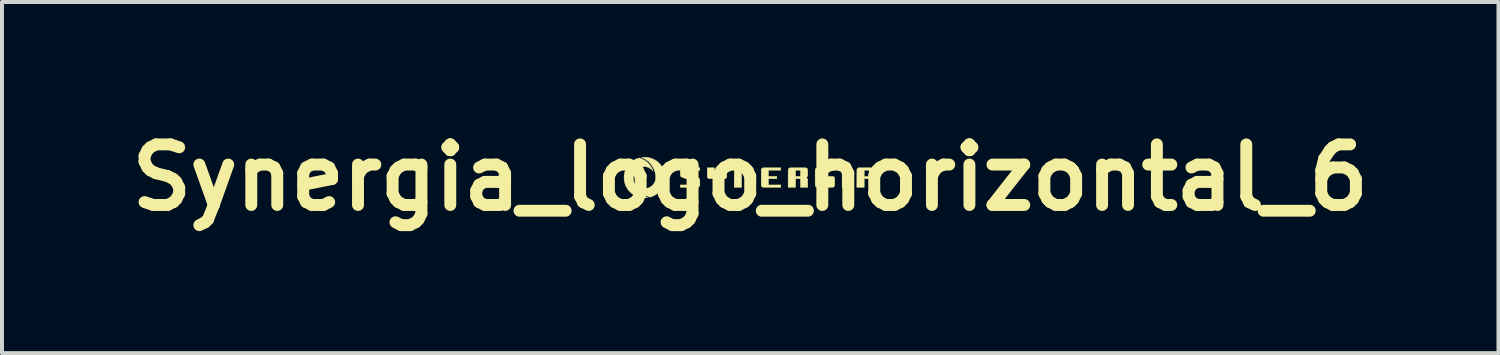
<source format=kicad_pcb>
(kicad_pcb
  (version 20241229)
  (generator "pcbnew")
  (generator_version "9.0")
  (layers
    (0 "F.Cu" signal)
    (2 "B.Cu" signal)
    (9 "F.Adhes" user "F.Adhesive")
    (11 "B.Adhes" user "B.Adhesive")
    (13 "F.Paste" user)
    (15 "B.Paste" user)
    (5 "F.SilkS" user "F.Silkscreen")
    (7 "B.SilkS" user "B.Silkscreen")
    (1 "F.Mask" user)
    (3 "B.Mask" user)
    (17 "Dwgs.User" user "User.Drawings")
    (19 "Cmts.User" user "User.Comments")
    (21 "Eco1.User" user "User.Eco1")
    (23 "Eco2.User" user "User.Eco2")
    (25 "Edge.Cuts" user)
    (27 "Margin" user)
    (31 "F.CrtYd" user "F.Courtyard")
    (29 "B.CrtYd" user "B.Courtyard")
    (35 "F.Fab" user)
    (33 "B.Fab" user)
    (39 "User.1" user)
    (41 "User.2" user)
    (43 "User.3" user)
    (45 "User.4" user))
  (footprint "Synergia_logo_horizontal_6"
    (layer "F.Cu")
    (at 15.828 1.418)
    (property "Reference" "Synergia_logo_horizontal_6" (at 0 0 0) (layer "F.SilkS") (effects (font (size 1.524 1.524) (thickness 0.3))))
    (attr through_hole)
    (fp_poly (pts (xy 2.497 0.246) (xy 2.312 0.246) (xy 2.312 0.021) (xy 2.313 -0.205) (xy 2.321 -0.217) (xy 2.33 -0.229) (xy 2.341 -0.237) (xy 2.353 -0.245) (xy 2.425 -0.246) (xy 2.497 -0.247) (xy 2.497 0.246)) (stroke (width 0.01) (type solid)) (fill yes) (layer "F.SilkS"))
    (fp_poly (pts (xy -0.897 -0.03) (xy -0.775 -0.03) (xy -0.775 -0.246) (xy -0.589 -0.246) (xy -0.591 -0.011) (xy -0.598 0.001) (xy -0.608 0.013) (xy -0.618 0.022) (xy -0.631 0.029) (xy -0.686 0.03) (xy -0.742 0.031) (xy -0.742 0.246) (xy -0.93 0.246) (xy -0.93 0.031) (xy -0.985 0.03) (xy -1.041 0.029) (xy -1.053 0.022) (xy -1.065 0.012) (xy -1.073 0.001) (xy -1.081 -0.011) (xy -1.082 -0.246) (xy -0.897 -0.246) (xy -0.897 -0.03)) (stroke (width 0.01) (type solid)) (fill yes) (layer "F.SilkS"))
    (fp_poly (pts (xy 3.146 -0.237) (xy 3.158 -0.228) (xy 3.166 -0.217) (xy 3.174 -0.205) (xy 3.175 0.021) (xy 3.175 0.246) (xy 2.99 0.246) (xy 2.99 0.03) (xy 2.868 0.03) (xy 2.868 0.246) (xy 2.682 0.246) (xy 2.683 0.019) (xy 2.684 -0.185) (xy 2.868 -0.185) (xy 2.868 -0.03) (xy 2.99 -0.03) (xy 2.99 -0.185) (xy 2.868 -0.185) (xy 2.684 -0.185) (xy 2.684 -0.208) (xy 2.691 -0.219) (xy 2.699 -0.227) (xy 2.707 -0.235) (xy 2.71 -0.237) (xy 2.721 -0.245) (xy 3.134 -0.245) (xy 3.146 -0.237)) (stroke (width 0.01) (type solid)) (fill yes) (layer "F.SilkS"))
    (fp_poly (pts (xy -0.153 -0.246) (xy 0.05 -0.245) (xy 0.061 -0.237) (xy 0.075 -0.225) (xy 0.084 -0.21) (xy 0.089 -0.196) (xy 0.089 -0.191) (xy 0.09 -0.181) (xy 0.09 -0.166) (xy 0.091 -0.147) (xy 0.091 -0.123) (xy 0.091 -0.096) (xy 0.091 -0.065) (xy 0.091 -0.03) (xy 0.091 0.008) (xy 0.091 0.032) (xy 0.091 0.246) (xy -0.097 0.246) (xy -0.097 -0.185) (xy -0.218 -0.185) (xy -0.218 0.246) (xy -0.404 0.246) (xy -0.404 0.025) (xy -0.404 -0.016) (xy -0.404 -0.052) (xy -0.404 -0.083) (xy -0.403 -0.11) (xy -0.403 -0.133) (xy -0.403 -0.152) (xy -0.403 -0.168) (xy -0.402 -0.181) (xy -0.402 -0.191) (xy -0.402 -0.198) (xy -0.401 -0.203) (xy -0.4 -0.206) (xy -0.4 -0.206) (xy -0.392 -0.221) (xy -0.381 -0.233) (xy -0.37 -0.24) (xy -0.357 -0.246) (xy -0.153 -0.246)) (stroke (width 0.01) (type solid)) (fill yes) (layer "F.SilkS"))
    (fp_poly (pts (xy 0.525 -0.246) (xy 0.546 -0.246) (xy 0.77 -0.246) (xy 0.77 -0.185) (xy 0.46 -0.185) (xy 0.46 -0.03) (xy 0.668 -0.03) (xy 0.668 0.03) (xy 0.46 0.03) (xy 0.46 0.185) (xy 0.77 0.185) (xy 0.77 0.246) (xy 0.546 0.246) (xy 0.506 0.246) (xy 0.471 0.246) (xy 0.441 0.246) (xy 0.415 0.246) (xy 0.393 0.246) (xy 0.374 0.246) (xy 0.358 0.246) (xy 0.346 0.245) (xy 0.335 0.245) (xy 0.327 0.245) (xy 0.322 0.244) (xy 0.317 0.244) (xy 0.314 0.243) (xy 0.312 0.242) (xy 0.301 0.235) (xy 0.29 0.225) (xy 0.281 0.212) (xy 0.281 0.212) (xy 0.276 0.202) (xy 0.276 -0.202) (xy 0.281 -0.212) (xy 0.287 -0.221) (xy 0.294 -0.229) (xy 0.295 -0.23) (xy 0.298 -0.233) (xy 0.3 -0.236) (xy 0.303 -0.238) (xy 0.306 -0.239) (xy 0.309 -0.241) (xy 0.314 -0.242) (xy 0.32 -0.243) (xy 0.328 -0.244) (xy 0.337 -0.245) (xy 0.349 -0.245) (xy 0.364 -0.246) (xy 0.381 -0.246) (xy 0.402 -0.246) (xy 0.427 -0.246) (xy 0.455 -0.246) (xy 0.488 -0.246) (xy 0.525 -0.246)) (stroke (width 0.01) (type solid)) (fill yes) (layer "F.SilkS"))
    (fp_poly (pts (xy -1.268 -0.185) (xy -1.575 -0.185) (xy -1.574 -0.137) (xy -1.574 -0.088) (xy -1.448 -0.042) (xy -1.423 -0.033) (xy -1.4 -0.024) (xy -1.378 -0.017) (xy -1.359 -0.009) (xy -1.341 -0.003) (xy -1.328 0.002) (xy -1.317 0.006) (xy -1.311 0.008) (xy -1.31 0.009) (xy -1.294 0.017) (xy -1.281 0.029) (xy -1.273 0.043) (xy -1.271 0.047) (xy -1.27 0.051) (xy -1.269 0.056) (xy -1.268 0.061) (xy -1.268 0.069) (xy -1.268 0.079) (xy -1.268 0.092) (xy -1.268 0.109) (xy -1.268 0.131) (xy -1.269 0.205) (xy -1.277 0.217) (xy -1.286 0.229) (xy -1.297 0.237) (xy -1.309 0.245) (xy -1.535 0.246) (xy -1.76 0.246) (xy -1.76 0.185) (xy -1.453 0.185) (xy -1.454 0.137) (xy -1.454 0.088) (xy -1.575 0.044) (xy -1.606 0.033) (xy -1.632 0.023) (xy -1.655 0.015) (xy -1.674 0.008) (xy -1.689 0.002) (xy -1.702 -0.003) (xy -1.712 -0.006) (xy -1.72 -0.01) (xy -1.726 -0.012) (xy -1.73 -0.015) (xy -1.734 -0.017) (xy -1.736 -0.019) (xy -1.739 -0.021) (xy -1.741 -0.023) (xy -1.742 -0.023) (xy -1.747 -0.028) (xy -1.751 -0.033) (xy -1.754 -0.038) (xy -1.756 -0.044) (xy -1.758 -0.051) (xy -1.759 -0.061) (xy -1.76 -0.073) (xy -1.76 -0.089) (xy -1.76 -0.108) (xy -1.76 -0.131) (xy -1.759 -0.208) (xy -1.751 -0.219) (xy -1.744 -0.227) (xy -1.736 -0.235) (xy -1.733 -0.237) (xy -1.722 -0.245) (xy -1.495 -0.246) (xy -1.268 -0.246) (xy -1.268 -0.185)) (stroke (width 0.01) (type solid)) (fill yes) (layer "F.SilkS"))
    (fp_poly (pts (xy -2.643 -0.51) (xy -2.626 -0.509) (xy -2.61 -0.509) (xy -2.596 -0.508) (xy -2.592 -0.507) (xy -2.542 -0.498) (xy -2.494 -0.485) (xy -2.448 -0.468) (xy -2.404 -0.446) (xy -2.363 -0.421) (xy -2.325 -0.391) (xy -2.289 -0.359) (xy -2.257 -0.323) (xy -2.228 -0.284) (xy -2.203 -0.243) (xy -2.182 -0.199) (xy -2.165 -0.153) (xy -2.153 -0.105) (xy -2.145 -0.055) (xy -2.144 -0.049) (xy -2.142 0.001) (xy -2.144 0.051) (xy -2.152 0.1) (xy -2.164 0.148) (xy -2.181 0.195) (xy -2.202 0.24) (xy -2.228 0.284) (xy -2.25 0.315) (xy -2.278 0.347) (xy -2.309 0.378) (xy -2.344 0.407) (xy -2.38 0.432) (xy -2.418 0.454) (xy -2.444 0.466) (xy -2.459 0.473) (xy -2.475 0.479) (xy -2.49 0.484) (xy -2.503 0.488) (xy -2.514 0.491) (xy -2.521 0.493) (xy -2.522 0.493) (xy -2.527 0.492) (xy -2.536 0.49) (xy -2.547 0.486) (xy -2.553 0.484) (xy -2.598 0.466) (xy -2.64 0.445) (xy -2.679 0.421) (xy -2.716 0.392) (xy -2.743 0.367) (xy -2.767 0.343) (xy -2.787 0.32) (xy -2.806 0.295) (xy -2.815 0.281) (xy -2.826 0.263) (xy -2.837 0.243) (xy -2.848 0.222) (xy -2.858 0.202) (xy -2.866 0.182) (xy -2.872 0.166) (xy -2.872 0.166) (xy -2.871 0.164) (xy -2.867 0.167) (xy -2.861 0.173) (xy -2.854 0.18) (xy -2.825 0.208) (xy -2.795 0.231) (xy -2.764 0.249) (xy -2.733 0.262) (xy -2.7 0.27) (xy -2.665 0.274) (xy -2.639 0.274) (xy -2.601 0.27) (xy -2.566 0.261) (xy -2.533 0.248) (xy -2.502 0.23) (xy -2.473 0.207) (xy -2.464 0.199) (xy -2.438 0.171) (xy -2.417 0.142) (xy -2.401 0.11) (xy -2.389 0.077) (xy -2.381 0.041) (xy -2.378 0.003) (xy -2.378 -0.02) (xy -2.383 -0.07) (xy -2.391 -0.117) (xy -2.404 -0.163) (xy -2.421 -0.208) (xy -2.436 -0.238) (xy -2.461 -0.282) (xy -2.49 -0.324) (xy -2.523 -0.363) (xy -2.559 -0.399) (xy -2.599 -0.431) (xy -2.64 -0.459) (xy -2.684 -0.483) (xy -2.716 -0.498) (xy -2.724 -0.501) (xy -2.728 -0.503) (xy -2.728 -0.505) (xy -2.725 -0.506) (xy -2.719 -0.508) (xy -2.708 -0.509) (xy -2.695 -0.509) (xy -2.679 -0.51) (xy -2.661 -0.51) (xy -2.643 -0.51)) (stroke (width 0.01) (type solid)) (fill yes) (layer "F.SilkS"))
    (fp_poly (pts (xy 1.885 -0.246) (xy 1.903 -0.246) (xy 2.126 -0.246) (xy 2.126 -0.185) (xy 1.819 -0.185) (xy 1.819 0.185) (xy 1.941 0.185) (xy 1.941 0.03) (xy 1.88 0.03) (xy 1.88 -0.03) (xy 1.979 -0.03) (xy 2.006 -0.03) (xy 2.028 -0.03) (xy 2.046 -0.03) (xy 2.061 -0.03) (xy 2.072 -0.029) (xy 2.081 -0.028) (xy 2.088 -0.026) (xy 2.094 -0.024) (xy 2.098 -0.021) (xy 2.103 -0.018) (xy 2.107 -0.014) (xy 2.109 -0.011) (xy 2.113 -0.007) (xy 2.117 -0.003) (xy 2.12 0.002) (xy 2.122 0.007) (xy 2.123 0.014) (xy 2.125 0.023) (xy 2.125 0.034) (xy 2.126 0.048) (xy 2.126 0.065) (xy 2.126 0.087) (xy 2.126 0.112) (xy 2.125 0.205) (xy 2.117 0.217) (xy 2.107 0.229) (xy 2.097 0.237) (xy 2.085 0.245) (xy 1.881 0.246) (xy 1.844 0.246) (xy 1.812 0.246) (xy 1.784 0.246) (xy 1.761 0.246) (xy 1.741 0.246) (xy 1.724 0.246) (xy 1.71 0.246) (xy 1.699 0.245) (xy 1.69 0.245) (xy 1.684 0.245) (xy 1.679 0.244) (xy 1.675 0.244) (xy 1.672 0.243) (xy 1.67 0.242) (xy 1.668 0.241) (xy 1.668 0.241) (xy 1.653 0.231) (xy 1.642 0.218) (xy 1.639 0.212) (xy 1.638 0.21) (xy 1.637 0.207) (xy 1.636 0.205) (xy 1.635 0.201) (xy 1.635 0.196) (xy 1.635 0.189) (xy 1.634 0.181) (xy 1.634 0.17) (xy 1.634 0.157) (xy 1.634 0.141) (xy 1.634 0.121) (xy 1.633 0.098) (xy 1.633 0.071) (xy 1.633 0.039) (xy 1.633 0.003) (xy 1.633 0) (xy 1.633 -0.037) (xy 1.633 -0.069) (xy 1.633 -0.096) (xy 1.633 -0.12) (xy 1.634 -0.139) (xy 1.634 -0.156) (xy 1.634 -0.169) (xy 1.634 -0.18) (xy 1.635 -0.189) (xy 1.635 -0.195) (xy 1.635 -0.2) (xy 1.636 -0.204) (xy 1.637 -0.207) (xy 1.638 -0.209) (xy 1.638 -0.212) (xy 1.639 -0.212) (xy 1.644 -0.221) (xy 1.651 -0.229) (xy 1.653 -0.231) (xy 1.656 -0.234) (xy 1.658 -0.236) (xy 1.661 -0.238) (xy 1.664 -0.24) (xy 1.668 -0.241) (xy 1.672 -0.242) (xy 1.678 -0.243) (xy 1.686 -0.244) (xy 1.696 -0.245) (xy 1.708 -0.245) (xy 1.723 -0.246) (xy 1.74 -0.246) (xy 1.761 -0.246) (xy 1.786 -0.246) (xy 1.814 -0.246) (xy 1.847 -0.246) (xy 1.885 -0.246)) (stroke (width 0.01) (type solid)) (fill yes) (layer "F.SilkS"))
    (fp_poly (pts (xy 1.195 -0.246) (xy 1.2 -0.246) (xy 1.238 -0.246) (xy 1.271 -0.246) (xy 1.3 -0.246) (xy 1.324 -0.246) (xy 1.345 -0.246) (xy 1.362 -0.246) (xy 1.377 -0.245) (xy 1.388 -0.245) (xy 1.398 -0.244) (xy 1.405 -0.243) (xy 1.411 -0.242) (xy 1.415 -0.24) (xy 1.419 -0.238) (xy 1.422 -0.236) (xy 1.425 -0.234) (xy 1.427 -0.231) (xy 1.429 -0.229) (xy 1.434 -0.224) (xy 1.438 -0.219) (xy 1.441 -0.215) (xy 1.443 -0.209) (xy 1.444 -0.202) (xy 1.445 -0.194) (xy 1.446 -0.182) (xy 1.447 -0.167) (xy 1.447 -0.149) (xy 1.447 -0.126) (xy 1.447 -0.123) (xy 1.447 -0.101) (xy 1.447 -0.083) (xy 1.446 -0.07) (xy 1.446 -0.059) (xy 1.446 -0.051) (xy 1.445 -0.046) (xy 1.444 -0.041) (xy 1.443 -0.038) (xy 1.442 -0.035) (xy 1.441 -0.034) (xy 1.433 -0.022) (xy 1.421 -0.012) (xy 1.409 -0.005) (xy 1.409 -0.005) (xy 1.402 -0.002) (xy 1.4 0.001) (xy 1.403 0.003) (xy 1.407 0.004) (xy 1.415 0.007) (xy 1.424 0.014) (xy 1.433 0.023) (xy 1.44 0.032) (xy 1.441 0.034) (xy 1.442 0.037) (xy 1.444 0.04) (xy 1.445 0.043) (xy 1.445 0.048) (xy 1.446 0.054) (xy 1.446 0.062) (xy 1.447 0.074) (xy 1.447 0.088) (xy 1.447 0.106) (xy 1.447 0.128) (xy 1.447 0.145) (xy 1.448 0.246) (xy 1.263 0.246) (xy 1.263 0.03) (xy 1.141 0.03) (xy 1.141 0.246) (xy 0.953 0.246) (xy 0.953 0.028) (xy 0.953 -0.011) (xy 0.953 -0.047) (xy 0.953 -0.077) (xy 0.953 -0.104) (xy 0.953 -0.127) (xy 0.953 -0.146) (xy 0.954 -0.162) (xy 0.954 -0.176) (xy 0.955 -0.185) (xy 1.141 -0.185) (xy 1.141 -0.03) (xy 1.263 -0.03) (xy 1.263 -0.185) (xy 1.141 -0.185) (xy 0.955 -0.185) (xy 0.955 -0.187) (xy 0.956 -0.196) (xy 0.957 -0.203) (xy 0.958 -0.208) (xy 0.96 -0.213) (xy 0.962 -0.216) (xy 0.964 -0.22) (xy 0.966 -0.222) (xy 0.969 -0.226) (xy 0.969 -0.226) (xy 0.977 -0.233) (xy 0.986 -0.239) (xy 0.989 -0.241) (xy 0.991 -0.242) (xy 0.993 -0.243) (xy 0.996 -0.244) (xy 1 -0.244) (xy 1.005 -0.245) (xy 1.011 -0.245) (xy 1.019 -0.246) (xy 1.03 -0.246) (xy 1.043 -0.246) (xy 1.059 -0.246) (xy 1.078 -0.246) (xy 1.101 -0.246) (xy 1.128 -0.246) (xy 1.159 -0.246) (xy 1.195 -0.246)) (stroke (width 0.01) (type solid)) (fill yes) (layer "F.SilkS"))
    (fp_poly (pts (xy -2.79 -0.492) (xy -2.78 -0.489) (xy -2.767 -0.485) (xy -2.752 -0.48) (xy -2.737 -0.474) (xy -2.722 -0.467) (xy -2.708 -0.461) (xy -2.702 -0.458) (xy -2.657 -0.433) (xy -2.615 -0.404) (xy -2.577 -0.371) (xy -2.542 -0.334) (xy -2.51 -0.293) (xy -2.485 -0.255) (xy -2.479 -0.244) (xy -2.472 -0.23) (xy -2.465 -0.215) (xy -2.458 -0.2) (xy -2.452 -0.186) (xy -2.447 -0.175) (xy -2.445 -0.168) (xy -2.444 -0.164) (xy -2.445 -0.164) (xy -2.449 -0.168) (xy -2.45 -0.17) (xy -2.475 -0.197) (xy -2.504 -0.221) (xy -2.534 -0.241) (xy -2.567 -0.256) (xy -2.602 -0.267) (xy -2.626 -0.272) (xy -2.649 -0.274) (xy -2.674 -0.274) (xy -2.7 -0.272) (xy -2.724 -0.268) (xy -2.734 -0.266) (xy -2.769 -0.254) (xy -2.801 -0.238) (xy -2.831 -0.218) (xy -2.858 -0.194) (xy -2.882 -0.167) (xy -2.902 -0.137) (xy -2.919 -0.105) (xy -2.93 -0.07) (xy -2.931 -0.069) (xy -2.935 -0.05) (xy -2.937 -0.028) (xy -2.939 -0.003) (xy -2.939 0.022) (xy -2.938 0.046) (xy -2.937 0.056) (xy -2.928 0.109) (xy -2.915 0.159) (xy -2.897 0.208) (xy -2.875 0.254) (xy -2.849 0.297) (xy -2.818 0.338) (xy -2.783 0.376) (xy -2.745 0.412) (xy -2.702 0.443) (xy -2.7 0.445) (xy -2.682 0.456) (xy -2.664 0.467) (xy -2.645 0.477) (xy -2.624 0.487) (xy -2.6 0.497) (xy -2.592 0.501) (xy -2.588 0.503) (xy -2.587 0.504) (xy -2.591 0.505) (xy -2.596 0.506) (xy -2.604 0.507) (xy -2.617 0.508) (xy -2.632 0.508) (xy -2.649 0.509) (xy -2.666 0.509) (xy -2.683 0.509) (xy -2.699 0.509) (xy -2.713 0.509) (xy -2.722 0.508) (xy -2.723 0.508) (xy -2.774 0.499) (xy -2.823 0.486) (xy -2.87 0.468) (xy -2.915 0.445) (xy -2.958 0.418) (xy -2.998 0.387) (xy -3.003 0.383) (xy -3.038 0.348) (xy -3.07 0.311) (xy -3.098 0.27) (xy -3.122 0.228) (xy -3.141 0.184) (xy -3.156 0.139) (xy -3.167 0.093) (xy -3.173 0.046) (xy -3.175 -0.002) (xy -3.173 -0.05) (xy -3.166 -0.097) (xy -3.155 -0.144) (xy -3.139 -0.19) (xy -3.118 -0.234) (xy -3.093 -0.277) (xy -3.089 -0.283) (xy -3.059 -0.324) (xy -3.025 -0.362) (xy -2.987 -0.396) (xy -2.946 -0.426) (xy -2.903 -0.452) (xy -2.888 -0.459) (xy -2.873 -0.466) (xy -2.857 -0.473) (xy -2.841 -0.479) (xy -2.826 -0.485) (xy -2.813 -0.489) (xy -2.803 -0.492) (xy -2.796 -0.493) (xy -2.79 -0.492)) (stroke (width 0.01) (type solid)) (fill yes) (layer "F.SilkS")))
  (gr_rect
    (start -3 -3)
    (end 34.656 5.836)
    (stroke (width 0.1) (type default))
    (fill no)
    (layer "Edge.Cuts")))
</source>
